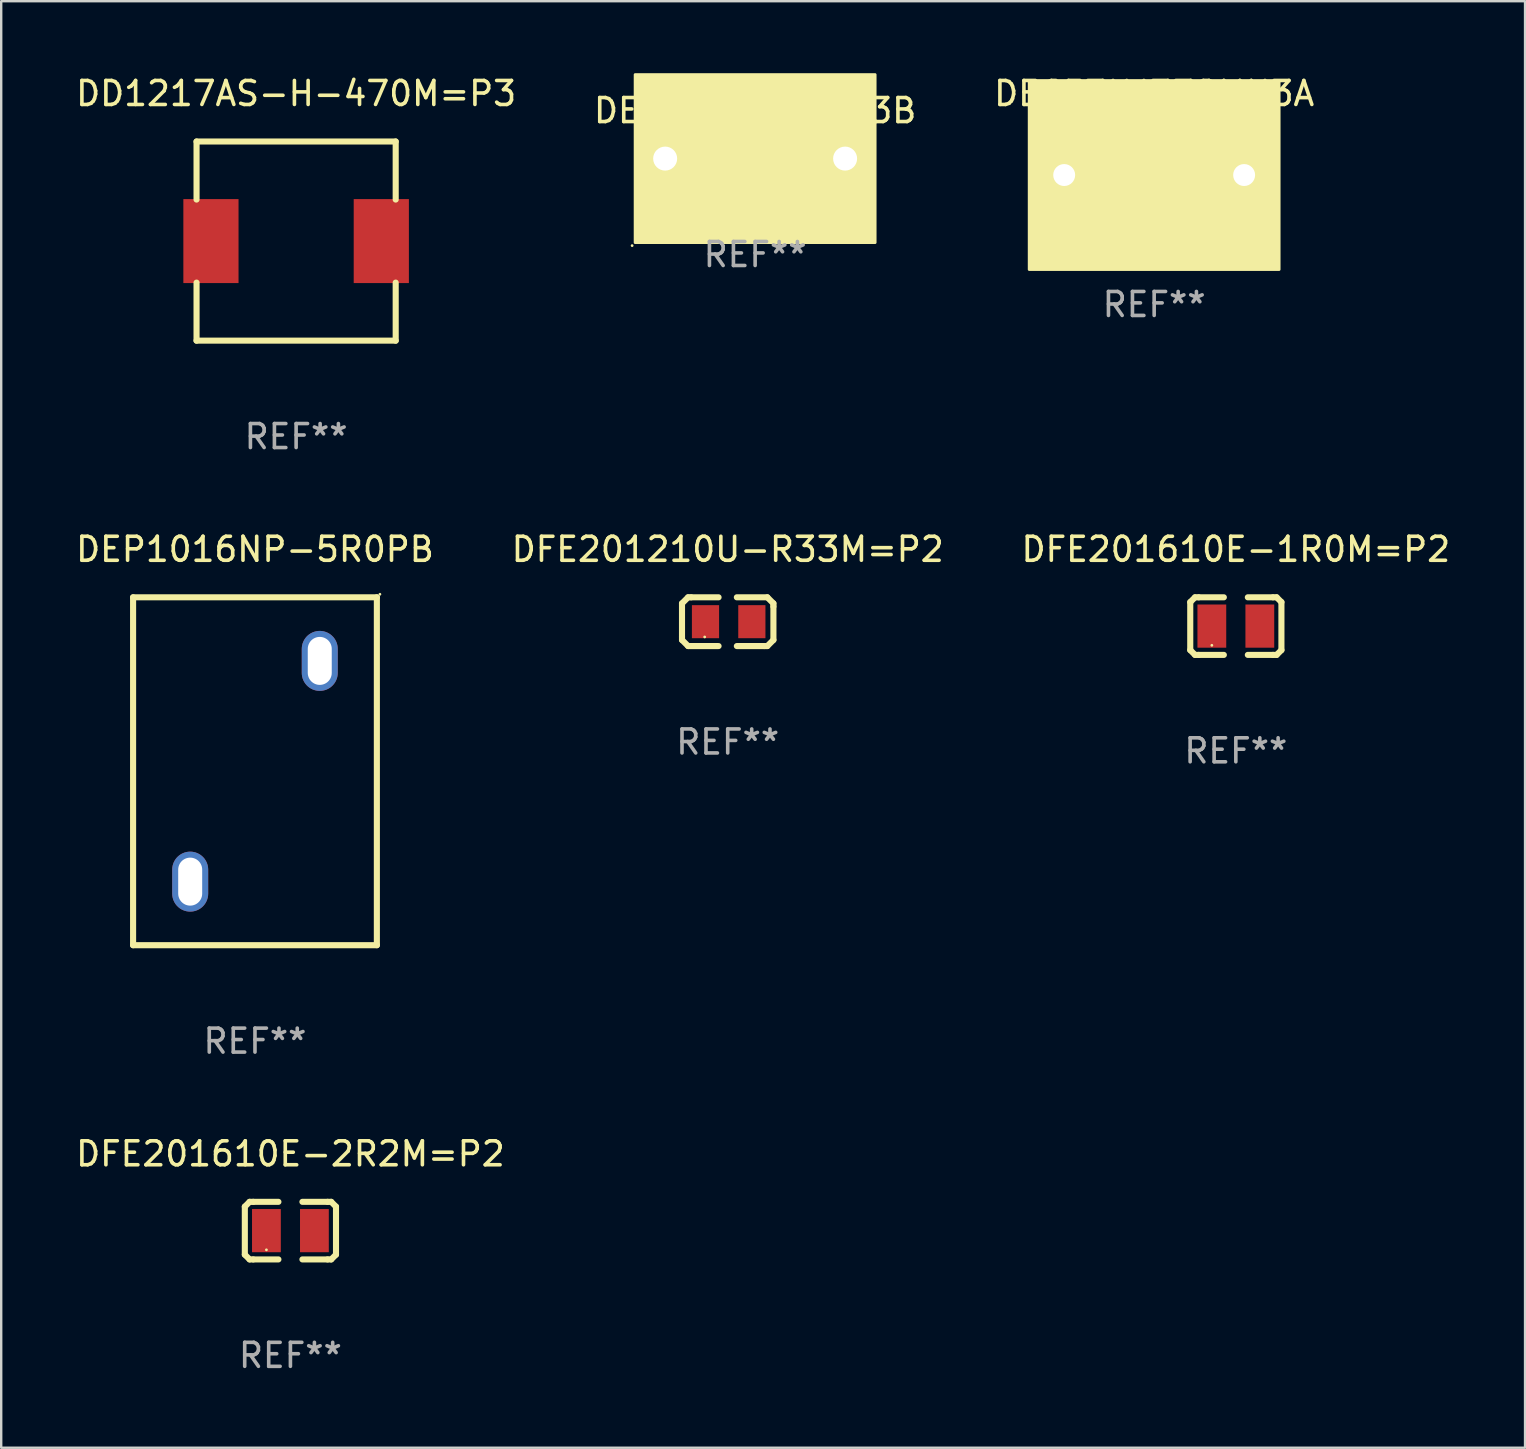
<source format=kicad_pcb>
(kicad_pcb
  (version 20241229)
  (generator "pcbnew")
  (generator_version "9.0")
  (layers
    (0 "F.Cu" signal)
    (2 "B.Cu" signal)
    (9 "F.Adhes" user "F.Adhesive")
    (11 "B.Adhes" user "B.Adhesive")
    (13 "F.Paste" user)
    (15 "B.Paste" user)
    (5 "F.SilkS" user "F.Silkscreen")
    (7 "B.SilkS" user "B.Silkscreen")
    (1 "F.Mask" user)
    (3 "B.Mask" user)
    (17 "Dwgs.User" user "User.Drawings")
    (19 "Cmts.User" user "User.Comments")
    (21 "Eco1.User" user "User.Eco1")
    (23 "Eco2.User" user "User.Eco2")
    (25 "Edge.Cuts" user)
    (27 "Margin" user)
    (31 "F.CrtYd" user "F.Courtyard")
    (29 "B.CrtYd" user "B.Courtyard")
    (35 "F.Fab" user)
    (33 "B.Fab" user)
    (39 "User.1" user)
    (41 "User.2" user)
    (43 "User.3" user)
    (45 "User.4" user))
  (footprint "DFE201210U-R33M=P2"
    (layer "F.Cu")
    (at 27.28 22.861)
    (property "Reference" "DFE201210U-R33M=P2" (at 0 -3.016 0) (layer "F.SilkS") (effects (font (size 1 1) (thickness 0.15))))
    (attr through_hole)
    (fp_line (start -1.905 -0.762) (end -1.905 0.635) (stroke (width 0.254) (type solid)) (layer "F.SilkS"))
    (fp_line (start -1.905 0.635) (end -1.905 0.762) (stroke (width 0.254) (type solid)) (layer "F.SilkS"))
    (fp_line (start -1.905 0.762) (end -1.651 1.016) (stroke (width 0.254) (type solid)) (layer "F.SilkS"))
    (fp_line (start -1.651 -1.016) (end -1.905 -0.762) (stroke (width 0.254) (type solid)) (layer "F.SilkS"))
    (fp_line (start -1.651 1.016) (end -0.381 1.016) (stroke (width 0.254) (type solid)) (layer "F.SilkS"))
    (fp_line (start -1.524 -1.016) (end -1.651 -1.016) (stroke (width 0.254) (type solid)) (layer "F.SilkS"))
    (fp_line (start -0.381 -1.016) (end -1.524 -1.016) (stroke (width 0.254) (type solid)) (layer "F.SilkS"))
    (fp_line (start 0.381 1.016) (end 1.524 1.016) (stroke (width 0.254) (type solid)) (layer "F.SilkS"))
    (fp_line (start 1.524 1.016) (end 1.651 1.016) (stroke (width 0.254) (type solid)) (layer "F.SilkS"))
    (fp_line (start 1.651 -1.016) (end 0.381 -1.016) (stroke (width 0.254) (type solid)) (layer "F.SilkS"))
    (fp_line (start 1.651 1.016) (end 1.905 0.762) (stroke (width 0.254) (type solid)) (layer "F.SilkS"))
    (fp_line (start 1.905 -0.762) (end 1.651 -1.016) (stroke (width 0.254) (type solid)) (layer "F.SilkS"))
    (fp_line (start 1.905 -0.635) (end 1.905 -0.762) (stroke (width 0.254) (type solid)) (layer "F.SilkS"))
    (fp_line (start 1.905 0.762) (end 1.905 -0.635) (stroke (width 0.254) (type solid)) (layer "F.SilkS"))
    (fp_circle (center -0.96 0.637) (end -0.93 0.637) (stroke (width 0.06) (type solid)) (fill no) (layer "F.SilkS"))
    (fp_text user "REF**" (at 0 5.016 0) (layer "F.Fab") (effects (font (size 1 1) (thickness 0.15))))
    (pad "1" smd rect (at -0.926 -0.000051) (size 1.133 1.377) (layers "F.Cu" "F.Mask" "F.Paste"))
    (pad "2" smd rect (at 1.006 -0.000051) (size 1.133 1.377) (layers "F.Cu" "F.Mask" "F.Paste")))
  (footprint "DE6E3KJ332MN3A"
    (layer "F.Cu")
    (at 45.054 4.245)
    (property "Reference" "DE6E3KJ332MN3A" (at 0 -3.397 0) (layer "F.SilkS") (effects (font (size 1 1) (thickness 0.15))))
    (attr through_hole)
    (fp_line (start -0.508 0) (end -1.651 0) (stroke (width 0.254) (type solid)) (layer "F.SilkS"))
    (fp_line (start -0.508 1.397) (end -0.508 -1.397) (stroke (width 0.254) (type solid)) (layer "F.SilkS"))
    (fp_line (start 0.508 -1.397) (end 0.508 1.397) (stroke (width 0.254) (type solid)) (layer "F.SilkS"))
    (fp_line (start 0.508 0) (end 1.651 0) (stroke (width 0.254) (type solid)) (layer "F.SilkS"))
    (fp_circle (center -5 3.75) (end -4.97 3.75) (stroke (width 0.06) (type solid)) (fill no) (layer "F.SilkS"))
    (fp_poly (pts (xy -5.207 -3.937) (xy 5.207 -3.937) (xy 5.207 3.937) (xy -5.207 3.937)) (stroke (width 0.12) (type solid)) (fill yes) (layer "F.SilkS"))
    (fp_text user "REF**" (at 0 5.397 0) (layer "F.Fab") (effects (font (size 1 1) (thickness 0.15))))
    (pad "1" thru_hole circle (at -3.75 0) (size 1.524 1.524) (drill 0.914) (layers "*.Cu" "*.Mask"))
    (pad "2" thru_hole circle (at 3.75 0) (size 1.524 1.524) (drill 0.914) (layers "*.Cu" "*.Mask")))
  (footprint "DE6E3KJ332MB3B"
    (layer "F.Cu")
    (at 28.423 3.56)
    (property "Reference" "DE6E3KJ332MB3B" (at 0 -2 0) (layer "F.SilkS") (effects (font (size 1 1) (thickness 0.15))))
    (attr through_hole)
    (fp_circle (center -5.127 3.627) (end -5.097 3.627) (stroke (width 0.06) (type solid)) (fill no) (layer "F.SilkS"))
    (fp_poly (pts (xy -5 -3.5) (xy 5 -3.5) (xy 5 3.5) (xy -5 3.5)) (stroke (width 0.12) (type solid)) (fill yes) (layer "F.SilkS"))
    (fp_text user "REF**" (at 0 4 0) (layer "F.Fab") (effects (font (size 1 1) (thickness 0.15))))
    (pad "1" thru_hole circle (at -3.75 0) (size 1.8 1.8) (drill 1) (layers "*.Cu" "*.Mask"))
    (pad "2" thru_hole circle (at 3.75 0) (size 1.8 1.8) (drill 1) (layers "*.Cu" "*.Mask")))
  (footprint "DFE201610E-2R2M=P2"
    (layer "F.Cu")
    (at 9.054 48.241)
    (property "Reference" "DFE201610E-2R2M=P2" (at 0 -3.2 0) (layer "F.SilkS") (effects (font (size 1 1) (thickness 0.15))))
    (attr through_hole)
    (fp_line (start -1.9 -1) (end -1.9 1) (stroke (width 0.254) (type solid)) (layer "F.SilkS"))
    (fp_line (start -1.7 -1.2) (end -1.9 -1) (stroke (width 0.254) (type solid)) (layer "F.SilkS"))
    (fp_line (start -1.7 1.2) (end -1.9 1) (stroke (width 0.254) (type solid)) (layer "F.SilkS"))
    (fp_line (start -1.55 -1.2) (end -1.7 -1.2) (stroke (width 0.254) (type solid)) (layer "F.SilkS"))
    (fp_line (start -1.55 1.2) (end -1.7 1.2) (stroke (width 0.254) (type solid)) (layer "F.SilkS"))
    (fp_line (start -0.5 -1.2) (end -1.55 -1.2) (stroke (width 0.254) (type solid)) (layer "F.SilkS"))
    (fp_line (start -0.5 1.2) (end -1.55 1.2) (stroke (width 0.254) (type solid)) (layer "F.SilkS"))
    (fp_line (start 0.5 -1.2) (end 1.55 -1.2) (stroke (width 0.254) (type solid)) (layer "F.SilkS"))
    (fp_line (start 0.5 1.2) (end 1.55 1.2) (stroke (width 0.254) (type solid)) (layer "F.SilkS"))
    (fp_line (start 1.55 -1.2) (end 1.7 -1.2) (stroke (width 0.254) (type solid)) (layer "F.SilkS"))
    (fp_line (start 1.55 1.2) (end 1.7 1.2) (stroke (width 0.254) (type solid)) (layer "F.SilkS"))
    (fp_line (start 1.7 -1.2) (end 1.9 -1) (stroke (width 0.254) (type solid)) (layer "F.SilkS"))
    (fp_line (start 1.7 1.2) (end 1.9 1) (stroke (width 0.254) (type solid)) (layer "F.SilkS"))
    (fp_line (start 1.9 -1) (end 1.9 1) (stroke (width 0.254) (type solid)) (layer "F.SilkS"))
    (fp_circle (center -1 0.8) (end -0.97 0.8) (stroke (width 0.06) (type solid)) (fill no) (layer "F.SilkS"))
    (fp_text user "REF**" (at 0 5.2 0) (layer "F.Fab") (effects (font (size 1 1) (thickness 0.15))))
    (pad "1" smd rect (at -1 0) (size 1.2 1.8) (layers "F.Cu" "F.Mask" "F.Paste"))
    (pad "2" smd rect (at 1 0) (size 1.2 1.8) (layers "F.Cu" "F.Mask" "F.Paste")))
  (footprint "DFE201610E-1R0M=P2"
    (layer "F.Cu")
    (at 48.458 23.045)
    (property "Reference" "DFE201610E-1R0M=P2" (at 0 -3.2 0) (layer "F.SilkS") (effects (font (size 1 1) (thickness 0.15))))
    (attr through_hole)
    (fp_line (start -1.9 -1) (end -1.9 1) (stroke (width 0.254) (type solid)) (layer "F.SilkS"))
    (fp_line (start -1.7 -1.2) (end -1.9 -1) (stroke (width 0.254) (type solid)) (layer "F.SilkS"))
    (fp_line (start -1.7 1.2) (end -1.9 1) (stroke (width 0.254) (type solid)) (layer "F.SilkS"))
    (fp_line (start -1.55 -1.2) (end -1.7 -1.2) (stroke (width 0.254) (type solid)) (layer "F.SilkS"))
    (fp_line (start -1.55 1.2) (end -1.7 1.2) (stroke (width 0.254) (type solid)) (layer "F.SilkS"))
    (fp_line (start -0.5 -1.2) (end -1.55 -1.2) (stroke (width 0.254) (type solid)) (layer "F.SilkS"))
    (fp_line (start -0.5 1.2) (end -1.55 1.2) (stroke (width 0.254) (type solid)) (layer "F.SilkS"))
    (fp_line (start 0.5 -1.2) (end 1.55 -1.2) (stroke (width 0.254) (type solid)) (layer "F.SilkS"))
    (fp_line (start 0.5 1.2) (end 1.55 1.2) (stroke (width 0.254) (type solid)) (layer "F.SilkS"))
    (fp_line (start 1.55 -1.2) (end 1.7 -1.2) (stroke (width 0.254) (type solid)) (layer "F.SilkS"))
    (fp_line (start 1.55 1.2) (end 1.7 1.2) (stroke (width 0.254) (type solid)) (layer "F.SilkS"))
    (fp_line (start 1.7 -1.2) (end 1.9 -1) (stroke (width 0.254) (type solid)) (layer "F.SilkS"))
    (fp_line (start 1.7 1.2) (end 1.9 1) (stroke (width 0.254) (type solid)) (layer "F.SilkS"))
    (fp_line (start 1.9 -1) (end 1.9 1) (stroke (width 0.254) (type solid)) (layer "F.SilkS"))
    (fp_circle (center -1 0.8) (end -0.97 0.8) (stroke (width 0.06) (type solid)) (fill no) (layer "F.SilkS"))
    (fp_text user "REF**" (at 0 5.2 0) (layer "F.Fab") (effects (font (size 1 1) (thickness 0.15))))
    (pad "1" smd rect (at -1 0) (size 1.2 1.8) (layers "F.Cu" "F.Mask" "F.Paste"))
    (pad "2" smd rect (at 1 0) (size 1.2 1.8) (layers "F.Cu" "F.Mask" "F.Paste")))
  (footprint "DD1217AS-H-470M=P3"
    (layer "F.Cu")
    (at 9.292 6.998)
    (property "Reference" "DD1217AS-H-470M=P3" (at 0 -6.15 0) (layer "F.SilkS") (effects (font (size 1 1) (thickness 0.15))))
    (attr through_hole)
    (fp_line (start -4.15 -4.15) (end -4.15 -1.731) (stroke (width 0.254) (type solid)) (layer "F.SilkS"))
    (fp_line (start -4.15 -4.15) (end 4.15 -4.15) (stroke (width 0.254) (type solid)) (layer "F.SilkS"))
    (fp_line (start -4.15 1.731) (end -4.15 4.15) (stroke (width 0.254) (type solid)) (layer "F.SilkS"))
    (fp_line (start 4.15 -4.15) (end 4.15 -1.731) (stroke (width 0.254) (type solid)) (layer "F.SilkS"))
    (fp_line (start 4.15 1.731) (end 4.15 4.15) (stroke (width 0.254) (type solid)) (layer "F.SilkS"))
    (fp_line (start 4.15 4.15) (end -4.15 4.15) (stroke (width 0.254) (type solid)) (layer "F.SilkS"))
    (fp_circle (center -4.15 4.15) (end -4.12 4.15) (stroke (width 0.06) (type solid)) (fill no) (layer "F.SilkS"))
    (fp_text user "REF**" (at 0 8.15 0) (layer "F.Fab") (effects (font (size 1 1) (thickness 0.15))))
    (pad "1" smd rect (at -3.55 0) (size 2.3 3.5) (layers "F.Cu" "F.Mask" "F.Paste"))
    (pad "2" smd rect (at 3.55 0) (size 2.3 3.5) (layers "F.Cu" "F.Mask" "F.Paste")))
  (footprint "DEP1016NP-5R0PB"
    (layer "F.Cu")
    (at 7.577 29.095)
    (property "Reference" "DEP1016NP-5R0PB" (at 0 -9.25 0) (layer "F.SilkS") (effects (font (size 1 1) (thickness 0.15))))
    (attr through_hole)
    (fp_line (start -5.08 -7.25) (end -5.08 7.25) (stroke (width 0.254) (type solid)) (layer "F.SilkS"))
    (fp_line (start -5.08 7.25) (end 5.08 7.25) (stroke (width 0.254) (type solid)) (layer "F.SilkS"))
    (fp_line (start 5.08 -7.25) (end -5.08 -7.25) (stroke (width 0.254) (type solid)) (layer "F.SilkS"))
    (fp_line (start 5.08 7.25) (end 5.08 -7.25) (stroke (width 0.254) (type solid)) (layer "F.SilkS"))
    (fp_circle (center 5.207 -7.377) (end 5.237 -7.377) (stroke (width 0.06) (type solid)) (fill no) (layer "F.SilkS"))
    (fp_text user "REF**" (at 0 11.25 0) (layer "F.Fab") (effects (font (size 1 1) (thickness 0.15))))
    (pad "1" thru_hole oval (at 2.7 -4.6) (size 1.5 2.5) (drill oval 1 2) (layers "*.Cu" "*.Mask"))
    (pad "2" thru_hole oval (at -2.7 4.6) (size 1.5 2.5) (drill oval 1 2) (layers "*.Cu" "*.Mask")))
  (gr_rect
    (start -3 -3)
    (end 60.512 57.29)
    (stroke (width 0.1) (type default))
    (fill no)
    (layer "Edge.Cuts")))
</source>
